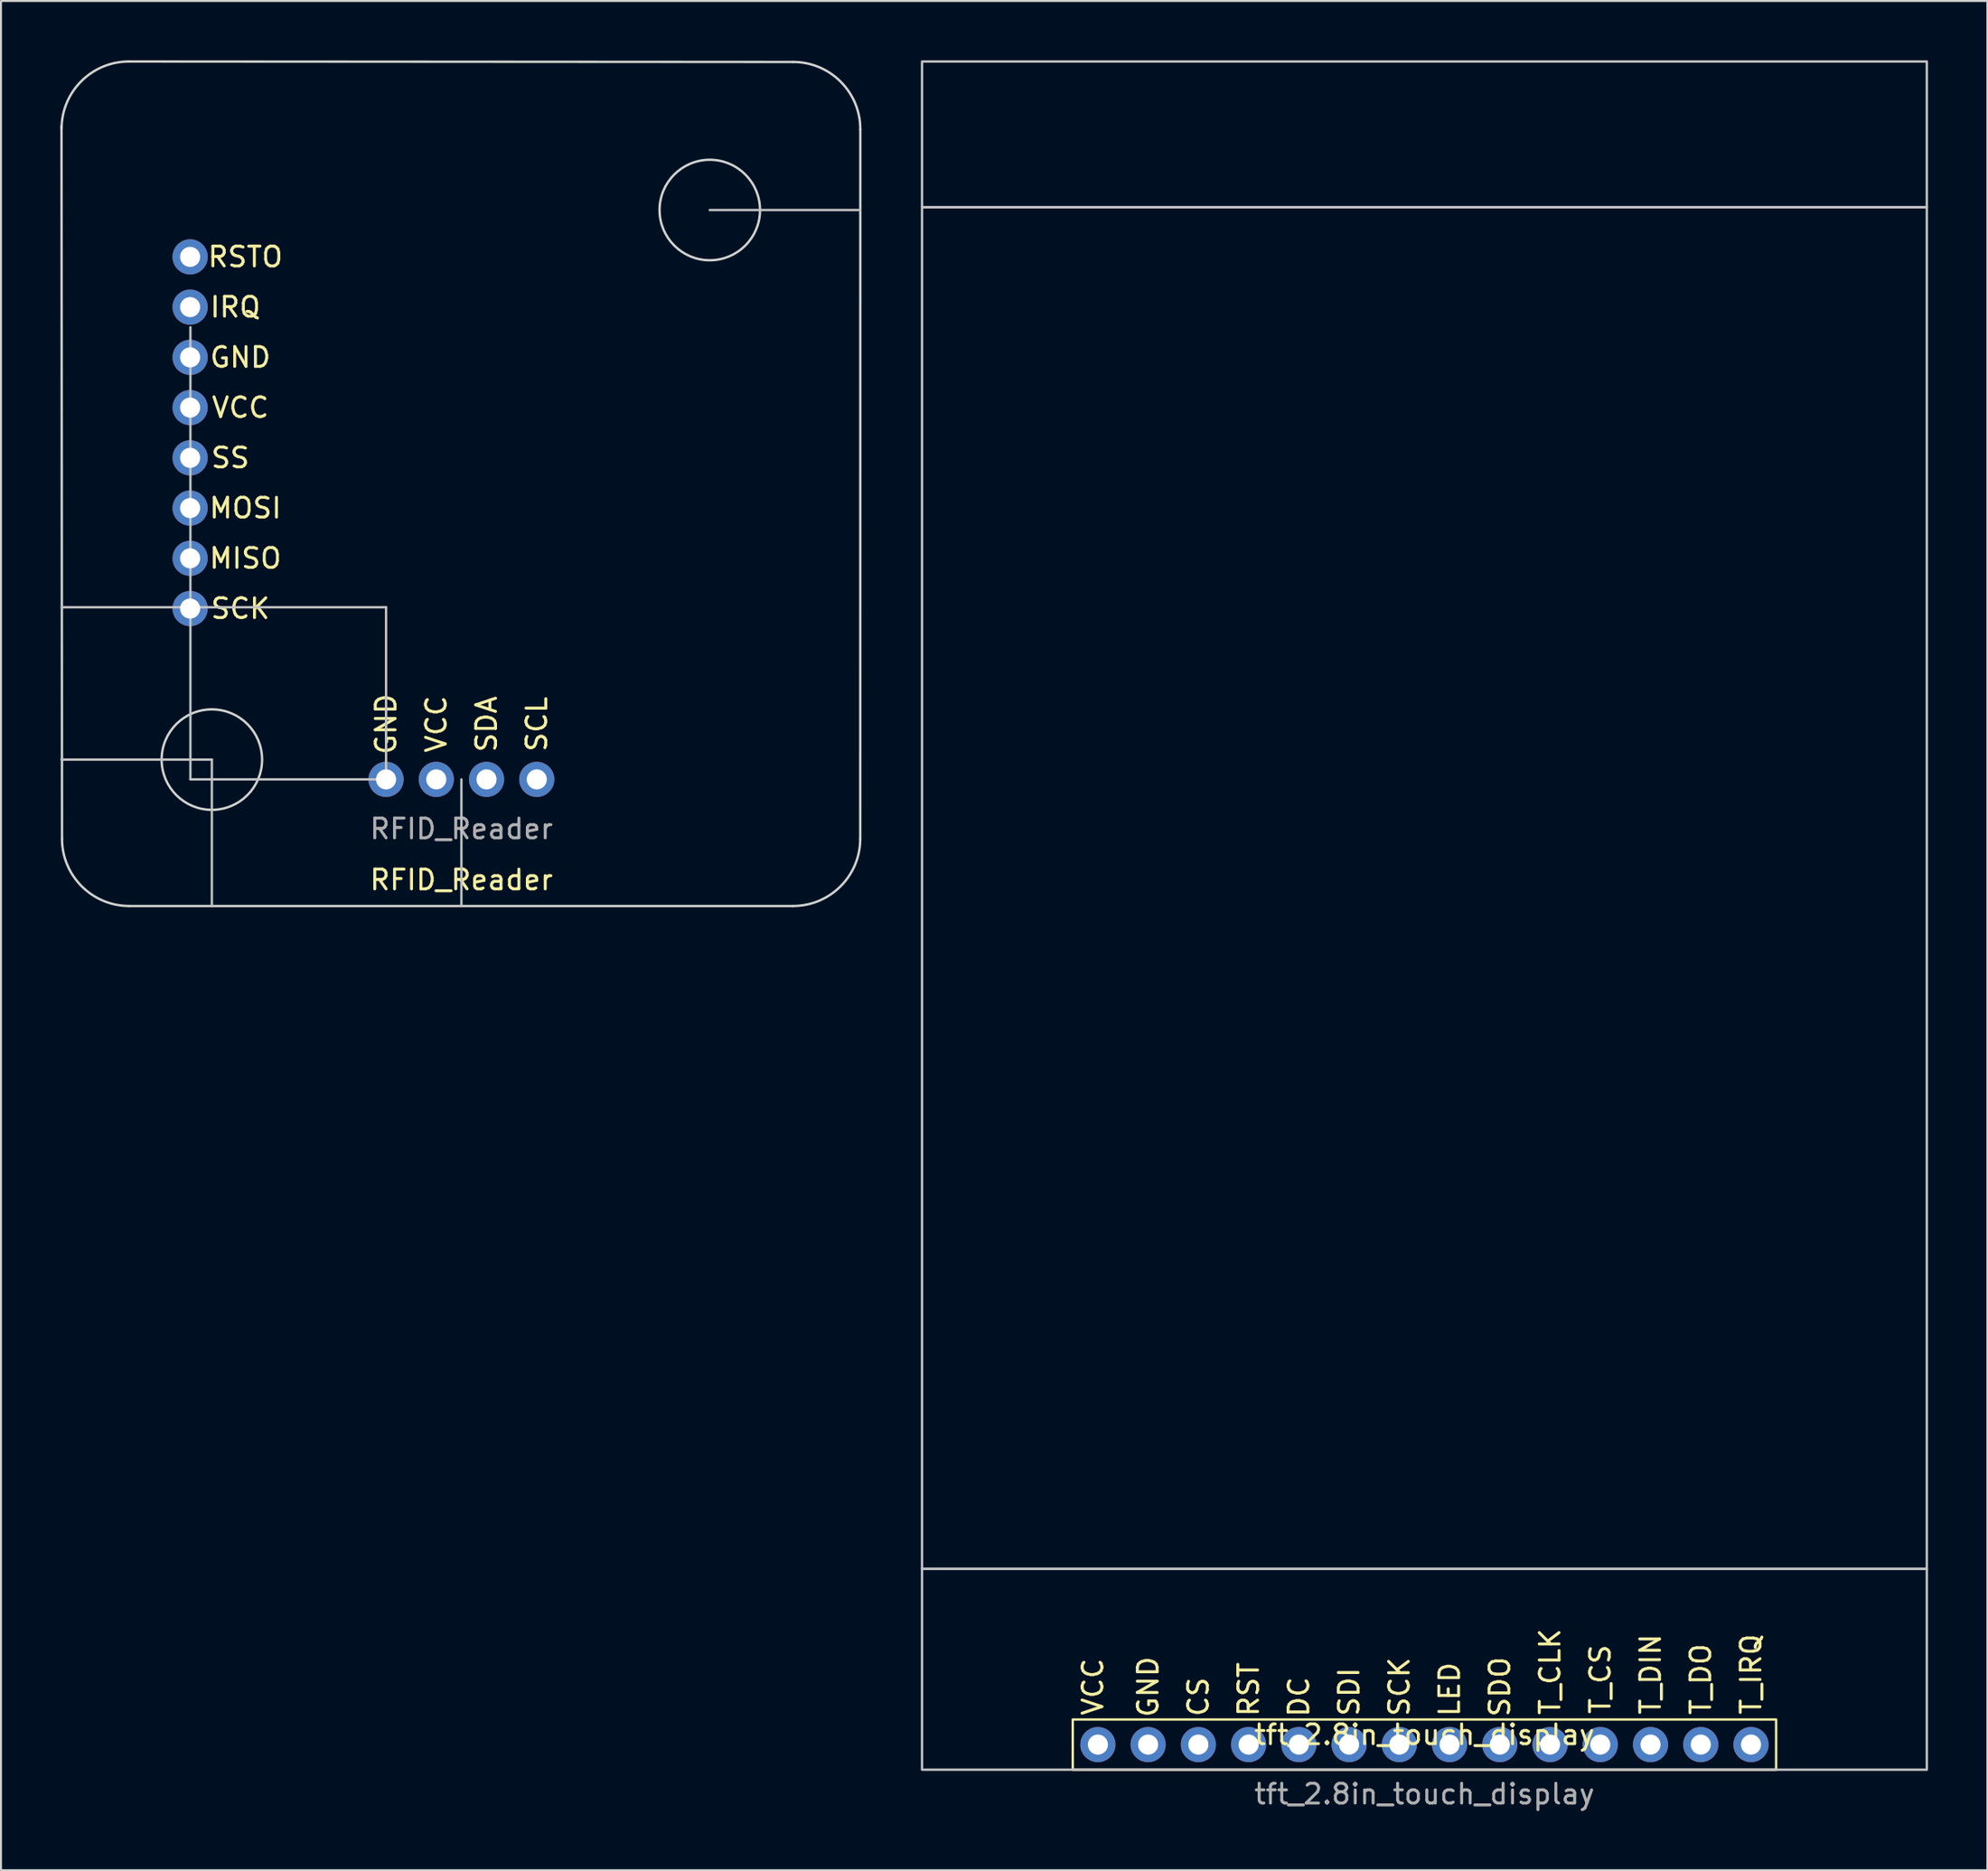
<source format=kicad_pcb>
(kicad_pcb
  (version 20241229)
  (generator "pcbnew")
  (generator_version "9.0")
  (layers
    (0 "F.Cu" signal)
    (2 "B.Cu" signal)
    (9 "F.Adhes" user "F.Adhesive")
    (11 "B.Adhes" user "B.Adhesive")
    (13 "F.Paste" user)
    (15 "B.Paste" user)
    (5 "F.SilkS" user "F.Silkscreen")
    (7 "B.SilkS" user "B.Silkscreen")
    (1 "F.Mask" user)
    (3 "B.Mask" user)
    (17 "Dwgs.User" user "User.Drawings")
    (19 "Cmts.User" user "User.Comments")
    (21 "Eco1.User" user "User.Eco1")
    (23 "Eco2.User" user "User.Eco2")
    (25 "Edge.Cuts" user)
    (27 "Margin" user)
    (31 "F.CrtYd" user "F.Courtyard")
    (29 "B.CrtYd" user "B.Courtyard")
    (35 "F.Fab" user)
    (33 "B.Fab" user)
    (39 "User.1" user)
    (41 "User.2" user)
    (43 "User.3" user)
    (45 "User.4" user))
  (footprint "tft_2.8in_touch_display"
    (layer "F.Cu")
    (at 68.966 85.15)
    (property "Reference" "tft_2.8in_touch_display" (at 0 -0.5 0) (unlocked yes) (layer "F.SilkS") (effects (font (size 1 1) (thickness 0.15))))
    (attr through_hole)
    (fp_rect (start -17.78 1.27) (end 17.78 -1.27) (stroke (width 0.12) (type solid)) (fill no) (layer "F.SilkS"))
    (fp_rect (start -25.4 -8.89) (end 25.4 -77.724) (stroke (width 0.12) (type solid)) (fill no) (layer "Dwgs.User"))
    (fp_rect (start -25.4 1.27) (end 25.4 -8.89) (stroke (width 0.12) (type solid)) (fill no) (layer "Dwgs.User"))
    (fp_rect (start 25.4 -77.724) (end -25.4 -85.09) (stroke (width 0.12) (type solid)) (fill no) (layer "Dwgs.User"))
    (fp_text user "GND" (at -13.97 -2.921 90) (unlocked yes) (layer "F.SilkS") (effects (font (size 1 1) (thickness 0.15))))
    (fp_text user "T_DIN" (at 11.43 -3.556 90) (unlocked yes) (layer "F.SilkS") (effects (font (size 1 1) (thickness 0.15))))
    (fp_text user "T_IRQ" (at 16.51 -3.556 90) (unlocked yes) (layer "F.SilkS") (effects (font (size 1 1) (thickness 0.15))))
    (fp_text user "T_CLK" (at 6.35 -3.683 90) (unlocked yes) (layer "F.SilkS") (effects (font (size 1 1) (thickness 0.15))))
    (fp_text user "LED" (at 1.27 -2.794 90) (unlocked yes) (layer "F.SilkS") (effects (font (size 1 1) (thickness 0.15))))
    (fp_text user "T_DO" (at 13.97 -3.302 90) (unlocked yes) (layer "F.SilkS") (effects (font (size 1 1) (thickness 0.15))))
    (fp_text user "SCK" (at -1.27 -2.921 90) (unlocked yes) (layer "F.SilkS") (effects (font (size 1 1) (thickness 0.15))))
    (fp_text user "DC" (at -6.35 -2.413 90) (unlocked yes) (layer "F.SilkS") (effects (font (size 1 1) (thickness 0.15))))
    (fp_text user "SDI" (at -3.81 -2.667 90) (unlocked yes) (layer "F.SilkS") (effects (font (size 1 1) (thickness 0.15))))
    (fp_text user "CS" (at -11.43 -2.413 90) (unlocked yes) (layer "F.SilkS") (effects (font (size 1 1) (thickness 0.15))))
    (fp_text user "T_CS" (at 8.89 -3.302 90) (unlocked yes) (layer "F.SilkS") (effects (font (size 1 1) (thickness 0.15))))
    (fp_text user "VCC" (at -16.764 -2.921 90) (unlocked yes) (layer "F.SilkS") (effects (font (size 1 1) (thickness 0.15))))
    (fp_text user "RST" (at -8.89 -2.794 90) (unlocked yes) (layer "F.SilkS") (effects (font (size 1 1) (thickness 0.15))))
    (fp_text user "SDO" (at 3.81 -2.921 90) (unlocked yes) (layer "F.SilkS") (effects (font (size 1 1) (thickness 0.15))))
    (fp_text user "${REFERENCE}" (at 0 2.5 0) (unlocked yes) (layer "F.Fab") (effects (font (size 1 1) (thickness 0.15))))
    (pad "1" thru_hole circle (at -16.51 0 90) (size 1.778 1.778) (drill 1.016) (layers "*.Cu" "*.Mask"))
    (pad "2" thru_hole circle (at -13.97 0 90) (size 1.778 1.778) (drill 1.016) (layers "*.Cu" "*.Mask"))
    (pad "3" thru_hole circle (at -11.43 0 90) (size 1.778 1.778) (drill 1.016) (layers "*.Cu" "*.Mask"))
    (pad "4" thru_hole circle (at -8.89 0 90) (size 1.778 1.778) (drill 1.016) (layers "*.Cu" "*.Mask"))
    (pad "5" thru_hole circle (at -6.35 0 90) (size 1.778 1.778) (drill 1.016) (layers "*.Cu" "*.Mask"))
    (pad "6" thru_hole circle (at -3.81 0 90) (size 1.778 1.778) (drill 1.016) (layers "*.Cu" "*.Mask"))
    (pad "7" thru_hole circle (at -1.27 0 90) (size 1.778 1.778) (drill 1.016) (layers "*.Cu" "*.Mask"))
    (pad "8" thru_hole circle (at 1.27 0 90) (size 1.778 1.778) (drill 1.016) (layers "*.Cu" "*.Mask"))
    (pad "9" thru_hole circle (at 3.81 0 90) (size 1.778 1.778) (drill 1.016) (layers "*.Cu" "*.Mask"))
    (pad "10" thru_hole circle (at 6.35 0 90) (size 1.778 1.778) (drill 1.016) (layers "*.Cu" "*.Mask"))
    (pad "11" thru_hole circle (at 8.89 0 90) (size 1.778 1.778) (drill 1.016) (layers "*.Cu" "*.Mask"))
    (pad "12" thru_hole circle (at 11.43 0 90) (size 1.778 1.778) (drill 1.016) (layers "*.Cu" "*.Mask"))
    (pad "13" thru_hole circle (at 13.97 0 90) (size 1.778 1.778) (drill 1.016) (layers "*.Cu" "*.Mask"))
    (pad "14" thru_hole circle (at 16.51 0 90) (size 1.778 1.778) (drill 1.016) (layers "*.Cu" "*.Mask")))
  (footprint "RFID_Reader"
    (layer "F.Cu")
    (at 20.278 36.353)
    (property "Reference" "RFID_Reader" (at 0 5.08 0) (unlocked yes) (layer "F.SilkS") (effects (font (size 1 1) (thickness 0.15))))
    (attr through_hole)
    (fp_line (start -20.218 -1) (end -12.617 -1) (stroke (width 0.12) (type solid)) (layer "Dwgs.User"))
    (fp_line (start -13.702 -8.701) (end -20.203 -8.701) (stroke (width 0.12) (type solid)) (layer "Dwgs.User"))
    (fp_line (start -13.702 0) (end -13.702 -22.86) (stroke (width 0.12) (type solid)) (layer "Dwgs.User"))
    (fp_line (start -12.617 6.401) (end -12.617 -1) (stroke (width 0.12) (type solid)) (layer "Dwgs.User"))
    (fp_line (start -3.81 -8.701) (end -13.702 -8.701) (stroke (width 0.12) (type solid)) (layer "Dwgs.User"))
    (fp_line (start -3.81 0) (end -13.702 0) (stroke (width 0.12) (type solid)) (layer "Dwgs.User"))
    (fp_line (start -3.81 0) (end -3.81 -8.701) (stroke (width 0.12) (type solid)) (layer "Dwgs.User"))
    (fp_line (start 0 0) (end 0 6.401) (stroke (width 0.12) (type solid)) (layer "Dwgs.User"))
    (fp_line (start 20.158 -28.785) (end 12.557 -28.785) (stroke (width 0.12) (type solid)) (layer "Dwgs.User"))
    (fp_line (start -20.218 -33.02) (end -20.193 3.001) (stroke (width 0.12) (type solid)) (layer "Edge.Cuts"))
    (fp_line (start -16.793 6.401) (end 16.764 6.401) (stroke (width 0.12) (type solid)) (layer "Edge.Cuts"))
    (fp_line (start 16.768 -36.271) (end -16.815 -36.293) (stroke (width 0.12) (type solid)) (layer "Edge.Cuts"))
    (fp_line (start 20.164 3.001) (end 20.168 -32.871) (stroke (width 0.12) (type solid)) (layer "Edge.Cuts"))
    (fp_arc (start -20.2148 -32.893) (mid -19.218963 -35.297163) (end -16.8148 -36.293) (stroke (width 0.12) (type solid)) (layer "Edge.Cuts"))
    (fp_arc (start -16.793 6.4008) (mid -19.197163 5.404963) (end -20.193 3.0008) (stroke (width 0.12) (type solid)) (layer "Edge.Cuts"))
    (fp_arc (start 16.7676 -36.2712) (mid 19.171763 -35.275363) (end 20.1676 -32.8712) (stroke (width 0.12) (type solid)) (layer "Edge.Cuts"))
    (fp_arc (start 20.164 3.0008) (mid 19.168163 5.404963) (end 16.764 6.4008) (stroke (width 0.12) (type solid)) (layer "Edge.Cuts"))
    (fp_circle (center -12.617 -1) (end -10.077 -1) (stroke (width 0.12) (type solid)) (fill no) (layer "Edge.Cuts"))
    (fp_circle (center 12.557 -28.785) (end 15.097 -28.785) (stroke (width 0.12) (type solid)) (fill no) (layer "Edge.Cuts"))
    (fp_text user "MOSI" (at -10.922 -13.716 0) (unlocked yes) (layer "F.SilkS") (effects (font (size 1 1) (thickness 0.15))))
    (fp_text user "GND" (at -11.176 -21.336 0) (unlocked yes) (layer "F.SilkS") (effects (font (size 1 1) (thickness 0.15))))
    (fp_text user "VCC" (at -11.176 -18.796 0) (unlocked yes) (layer "F.SilkS") (effects (font (size 1 1) (thickness 0.15))))
    (fp_text user "GND" (at -3.81 -2.794 90) (unlocked yes) (layer "F.SilkS") (effects (font (size 1 1) (thickness 0.15))))
    (fp_text user "SDA" (at 1.27 -2.794 90) (unlocked yes) (layer "F.SilkS") (effects (font (size 1 1) (thickness 0.15))))
    (fp_text user "MISO" (at -10.922 -11.176 0) (unlocked yes) (layer "F.SilkS") (effects (font (size 1 1) (thickness 0.15))))
    (fp_text user "SS" (at -11.684 -16.256 0) (unlocked yes) (layer "F.SilkS") (effects (font (size 1 1) (thickness 0.15))))
    (fp_text user "SCL" (at 3.81 -2.794 90) (unlocked yes) (layer "F.SilkS") (effects (font (size 1 1) (thickness 0.15))))
    (fp_text user "IRQ" (at -11.43 -23.876 0) (unlocked yes) (layer "F.SilkS") (effects (font (size 1 1) (thickness 0.15))))
    (fp_text user "SCK" (at -11.176 -8.636 0) (unlocked yes) (layer "F.SilkS") (effects (font (size 1 1) (thickness 0.15))))
    (fp_text user "VCC" (at -1.27 -2.794 90) (unlocked yes) (layer "F.SilkS") (effects (font (size 1 1) (thickness 0.15))))
    (fp_text user "RSTO" (at -10.922 -26.416 0) (unlocked yes) (layer "F.SilkS") (effects (font (size 1 1) (thickness 0.15))))
    (fp_text user "${REFERENCE}" (at 0 2.5 0) (unlocked yes) (layer "F.Fab") (effects (font (size 1 1) (thickness 0.15))))
    (pad "1" thru_hole circle (at -3.81 0 90) (size 1.778 1.778) (drill 1.016) (layers "*.Cu" "*.Mask"))
    (pad "2" thru_hole circle (at -1.27 0 90) (size 1.778 1.778) (drill 1.016) (layers "*.Cu" "*.Mask"))
    (pad "3" thru_hole circle (at 1.27 0 90) (size 1.778 1.778) (drill 1.016) (layers "*.Cu" "*.Mask"))
    (pad "4" thru_hole circle (at 3.81 0 90) (size 1.778 1.778) (drill 1.016) (layers "*.Cu" "*.Mask"))
    (pad "5" thru_hole circle (at -13.716 -8.636 180) (size 1.778 1.778) (drill 1.016) (layers "*.Cu" "*.Mask"))
    (pad "6" thru_hole circle (at -13.716 -11.176 180) (size 1.778 1.778) (drill 1.016) (layers "*.Cu" "*.Mask"))
    (pad "7" thru_hole circle (at -13.716 -13.716 180) (size 1.778 1.778) (drill 1.016) (layers "*.Cu" "*.Mask"))
    (pad "8" thru_hole circle (at -13.716 -16.256 180) (size 1.778 1.778) (drill 1.016) (layers "*.Cu" "*.Mask"))
    (pad "9" thru_hole circle (at -13.716 -18.796 180) (size 1.778 1.778) (drill 1.016) (layers "*.Cu" "*.Mask"))
    (pad "10" thru_hole circle (at -13.716 -21.336 180) (size 1.778 1.778) (drill 1.016) (layers "*.Cu" "*.Mask"))
    (pad "11" thru_hole circle (at -13.716 -23.876 180) (size 1.778 1.778) (drill 1.016) (layers "*.Cu" "*.Mask"))
    (pad "12" thru_hole circle (at -13.716 -26.416 180) (size 1.778 1.778) (drill 1.016) (layers "*.Cu" "*.Mask")))
  (gr_rect
    (start -3 -3)
    (end 97.426 91.498)
    (stroke (width 0.1) (type default))
    (fill no)
    (layer "Edge.Cuts")))
</source>
